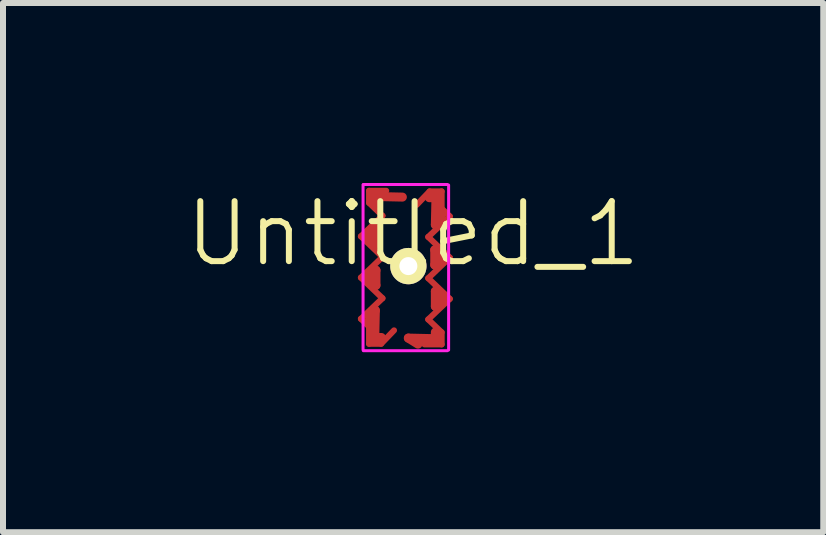
<source format=kicad_pcb>
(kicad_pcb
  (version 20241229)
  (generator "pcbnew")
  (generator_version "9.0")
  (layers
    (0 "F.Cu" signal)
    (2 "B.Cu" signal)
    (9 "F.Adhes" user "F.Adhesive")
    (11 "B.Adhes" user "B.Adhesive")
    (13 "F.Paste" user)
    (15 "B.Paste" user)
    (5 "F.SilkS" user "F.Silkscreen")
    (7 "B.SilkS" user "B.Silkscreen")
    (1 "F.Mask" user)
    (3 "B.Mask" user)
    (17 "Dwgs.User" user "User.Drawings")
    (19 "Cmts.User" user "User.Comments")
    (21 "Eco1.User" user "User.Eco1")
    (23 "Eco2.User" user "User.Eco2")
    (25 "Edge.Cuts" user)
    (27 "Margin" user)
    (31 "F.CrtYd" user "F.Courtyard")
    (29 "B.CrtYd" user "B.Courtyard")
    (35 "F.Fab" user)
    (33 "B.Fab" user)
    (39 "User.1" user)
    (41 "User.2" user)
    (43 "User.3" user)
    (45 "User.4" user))
  (footprint "Untitled_1"
    (layer "F.Cu")
    (at 3.766 1.365)
    (property "Reference" "Untitled_1" (at 0.07 -0.52 0) (unlocked yes) (layer "F.SilkS") (effects (font (size 1 1) (thickness 0.1))))
    (attr smd)
    (fp_line (start -0.801 -0.476) (end -0.441 -0.819) (stroke (width 0.1) (type solid)) (layer "F.Cu"))
    (fp_line (start -0.801 0.212) (end -0.441 -0.132) (stroke (width 0.1) (type solid)) (layer "F.Cu"))
    (fp_line (start -0.801 0.899) (end -0.665 1.029) (stroke (width 0.1) (type solid)) (layer "F.Cu"))
    (fp_line (start -0.801 0.899) (end -0.441 0.556) (stroke (width 0.1) (type solid)) (layer "F.Cu"))
    (fp_line (start -0.69 -0.48) (end -0.56 -0.6) (stroke (width 0.15) (type solid)) (layer "F.Cu"))
    (fp_line (start -0.68 0.21) (end -0.55 0.09) (stroke (width 0.15) (type solid)) (layer "F.Cu"))
    (fp_line (start -0.665 1.029) (end -0.665 1.315) (stroke (width 0.1) (type solid)) (layer "F.Cu"))
    (fp_line (start -0.665 -1.235) (end -0.665 -1.034) (stroke (width 0.1) (type solid)) (layer "F.Cu"))
    (fp_line (start -0.665 -1.034) (end -0.441 -0.819) (stroke (width 0.1) (type solid)) (layer "F.Cu"))
    (fp_line (start -0.665 1.315) (end -0.464 1.315) (stroke (width 0.1) (type solid)) (layer "F.Cu"))
    (fp_line (start -0.57 1.21) (end -0.56 0.76) (stroke (width 0.15) (type solid)) (layer "F.Cu"))
    (fp_line (start -0.56 -1.14) (end -0.11 -1.13) (stroke (width 0.15) (type solid)) (layer "F.Cu"))
    (fp_line (start -0.56 -1.03) (end -0.56 -1.14) (stroke (width 0.15) (type solid)) (layer "F.Cu"))
    (fp_line (start -0.56 -0.6) (end -0.56 -0.35) (stroke (width 0.15) (type solid)) (layer "F.Cu"))
    (fp_line (start -0.56 -0.35) (end -0.69 -0.48) (stroke (width 0.15) (type solid)) (layer "F.Cu"))
    (fp_line (start -0.56 0.76) (end -0.66 0.92) (stroke (width 0.15) (type solid)) (layer "F.Cu"))
    (fp_line (start -0.55 0.09) (end -0.55 0.34) (stroke (width 0.15) (type solid)) (layer "F.Cu"))
    (fp_line (start -0.55 0.34) (end -0.68 0.21) (stroke (width 0.15) (type solid)) (layer "F.Cu"))
    (fp_line (start -0.464 1.315) (end -0.249 1.091) (stroke (width 0.1) (type solid)) (layer "F.Cu"))
    (fp_line (start -0.46 1.21) (end -0.57 1.21) (stroke (width 0.15) (type solid)) (layer "F.Cu"))
    (fp_line (start -0.441 -0.132) (end -0.801 -0.476) (stroke (width 0.1) (type solid)) (layer "F.Cu"))
    (fp_line (start -0.441 0.556) (end -0.801 0.212) (stroke (width 0.1) (type solid)) (layer "F.Cu"))
    (fp_line (start -0.379 -1.235) (end -0.665 -1.235) (stroke (width 0.1) (type solid)) (layer "F.Cu"))
    (fp_line (start -0.01 1.22) (end 0.15 1.32) (stroke (width 0.15) (type solid)) (layer "F.Cu"))
    (fp_line (start 0.259 1.325) (end 0.545 1.325) (stroke (width 0.1) (type solid)) (layer "F.Cu"))
    (fp_line (start 0.321 -0.466) (end 0.681 -0.122) (stroke (width 0.1) (type solid)) (layer "F.Cu"))
    (fp_line (start 0.321 0.222) (end 0.681 0.566) (stroke (width 0.1) (type solid)) (layer "F.Cu"))
    (fp_line (start 0.34 -1.12) (end 0.45 -1.12) (stroke (width 0.15) (type solid)) (layer "F.Cu"))
    (fp_line (start 0.344 -1.225) (end 0.129 -1.001) (stroke (width 0.1) (type solid)) (layer "F.Cu"))
    (fp_line (start 0.43 -0.25) (end 0.56 -0.12) (stroke (width 0.15) (type solid)) (layer "F.Cu"))
    (fp_line (start 0.43 0) (end 0.43 -0.25) (stroke (width 0.15) (type solid)) (layer "F.Cu"))
    (fp_line (start 0.44 -0.67) (end 0.54 -0.83) (stroke (width 0.15) (type solid)) (layer "F.Cu"))
    (fp_line (start 0.44 0.44) (end 0.57 0.57) (stroke (width 0.15) (type solid)) (layer "F.Cu"))
    (fp_line (start 0.44 0.69) (end 0.44 0.44) (stroke (width 0.15) (type solid)) (layer "F.Cu"))
    (fp_line (start 0.44 1.12) (end 0.44 1.23) (stroke (width 0.15) (type solid)) (layer "F.Cu"))
    (fp_line (start 0.44 1.23) (end -0.01 1.22) (stroke (width 0.15) (type solid)) (layer "F.Cu"))
    (fp_line (start 0.45 -1.12) (end 0.44 -0.67) (stroke (width 0.15) (type solid)) (layer "F.Cu"))
    (fp_line (start 0.545 -1.225) (end 0.344 -1.225) (stroke (width 0.1) (type solid)) (layer "F.Cu"))
    (fp_line (start 0.545 1.124) (end 0.321 0.909) (stroke (width 0.1) (type solid)) (layer "F.Cu"))
    (fp_line (start 0.545 1.325) (end 0.545 1.124) (stroke (width 0.1) (type solid)) (layer "F.Cu"))
    (fp_line (start 0.545 -0.939) (end 0.545 -1.225) (stroke (width 0.1) (type solid)) (layer "F.Cu"))
    (fp_line (start 0.56 -0.12) (end 0.43 0) (stroke (width 0.15) (type solid)) (layer "F.Cu"))
    (fp_line (start 0.57 0.57) (end 0.44 0.69) (stroke (width 0.15) (type solid)) (layer "F.Cu"))
    (fp_line (start 0.681 -0.809) (end 0.321 -0.466) (stroke (width 0.1) (type solid)) (layer "F.Cu"))
    (fp_line (start 0.681 -0.809) (end 0.545 -0.939) (stroke (width 0.1) (type solid)) (layer "F.Cu"))
    (fp_line (start 0.681 -0.122) (end 0.321 0.222) (stroke (width 0.1) (type solid)) (layer "F.Cu"))
    (fp_line (start 0.681 0.566) (end 0.321 0.909) (stroke (width 0.1) (type solid)) (layer "F.Cu"))
    (fp_line (start -0.765 -1.335) (end -0.765 1.415) (stroke (width 0.05) (type solid)) (layer "F.CrtYd"))
    (fp_line (start -0.76 -1.34) (end 0.64 -1.34) (stroke (width 0.05) (type solid)) (layer "F.CrtYd"))
    (fp_line (start -0.76 1.43) (end 0.64 1.43) (stroke (width 0.05) (type solid)) (layer "F.CrtYd"))
    (fp_line (start 0.661 -1.331) (end 0.661 1.419) (stroke (width 0.05) (type solid)) (layer "F.CrtYd"))
    (pad "1" thru_hole circle (at -0.01 0.02 180) (size 0.605 0.605) (drill 0.3) (layers "*.Cu" "*.Mask" "F.SilkS")))
  (gr_rect
    (start -3 -3)
    (end 10.671 5.82)
    (stroke (width 0.1) (type default))
    (fill no)
    (layer "Edge.Cuts")))
</source>
